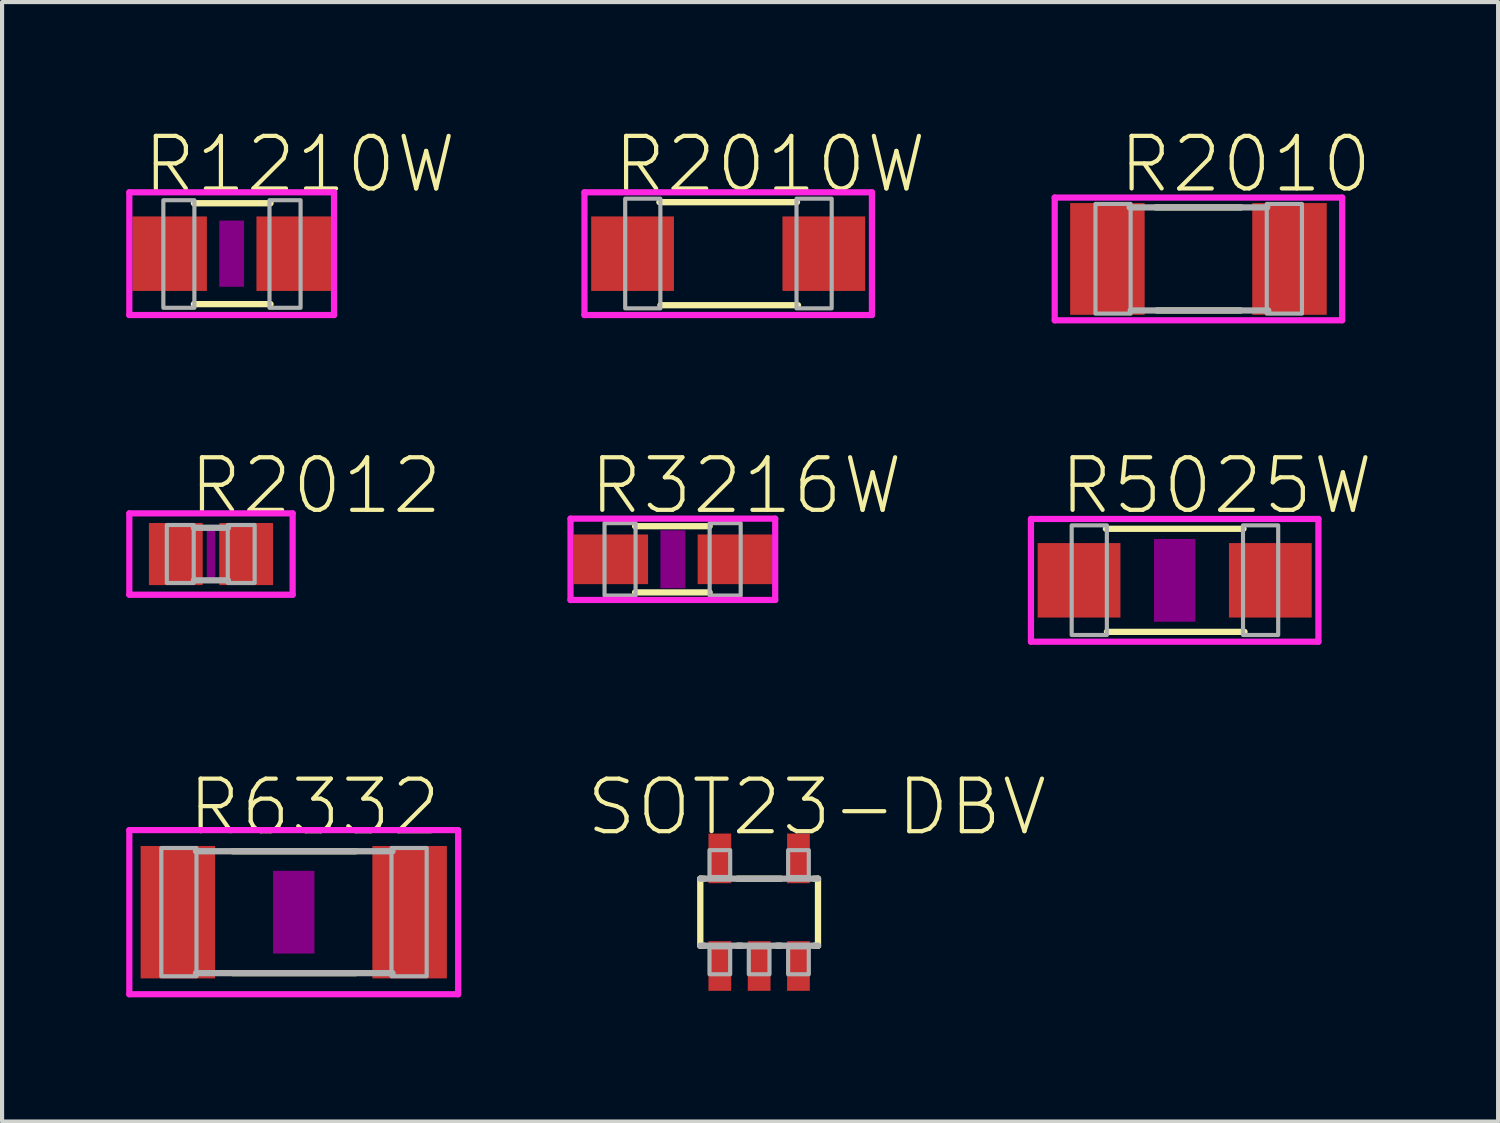
<source format=kicad_pcb>
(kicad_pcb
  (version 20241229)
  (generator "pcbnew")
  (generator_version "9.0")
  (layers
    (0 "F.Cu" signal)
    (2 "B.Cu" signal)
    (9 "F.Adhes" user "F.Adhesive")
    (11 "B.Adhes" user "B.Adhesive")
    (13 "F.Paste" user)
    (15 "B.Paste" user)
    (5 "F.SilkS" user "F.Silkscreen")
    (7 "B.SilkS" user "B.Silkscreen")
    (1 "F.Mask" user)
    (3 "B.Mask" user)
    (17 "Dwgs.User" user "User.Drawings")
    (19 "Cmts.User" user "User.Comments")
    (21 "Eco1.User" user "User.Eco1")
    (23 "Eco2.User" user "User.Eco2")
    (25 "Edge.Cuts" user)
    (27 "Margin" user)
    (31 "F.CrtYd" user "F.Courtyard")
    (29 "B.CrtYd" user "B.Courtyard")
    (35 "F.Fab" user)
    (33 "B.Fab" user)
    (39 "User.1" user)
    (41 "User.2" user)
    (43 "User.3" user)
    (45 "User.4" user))
  (footprint "R2010W"
    (layer "F.Cu")
    (at 14.546 3.08)
    (property "Reference" "R2010W" (at 1.01 -2.159 0) (layer "F.SilkS") (effects (font (size 1.27 1.27) (thickness 0.102))))
    (attr through_hole)
    (fp_line (start -1.662 -1.245) (end 1.662 -1.245) (stroke (width 0.152) (type solid)) (layer "F.SilkS"))
    (fp_line (start -1.637 1.245) (end 1.687 1.245) (stroke (width 0.152) (type solid)) (layer "F.SilkS"))
    (fp_line (start -3.473 -1.483) (end 3.473 -1.483) (stroke (width 0.15) (type solid)) (layer "F.CrtYd"))
    (fp_line (start -3.473 1.483) (end -3.473 -1.483) (stroke (width 0.15) (type solid)) (layer "F.CrtYd"))
    (fp_line (start 3.473 -1.483) (end 3.473 1.483) (stroke (width 0.15) (type solid)) (layer "F.CrtYd"))
    (fp_line (start 3.473 1.483) (end -3.473 1.483) (stroke (width 0.15) (type solid)) (layer "F.CrtYd"))
    (fp_poly (pts (xy -2.489 -1.329) (xy -1.639 -1.329) (xy -1.639 1.321) (xy -2.489 1.321)) (stroke (width 0.1) (type solid)) (fill no) (layer "F.Fab"))
    (fp_poly (pts (xy 1.651 -1.329) (xy 2.501 -1.329) (xy 2.501 1.321) (xy 1.651 1.321)) (stroke (width 0.1) (type solid)) (fill no) (layer "F.Fab"))
    (pad "1" smd rect (at -2.311 0) (size 2 1.8) (layers "F.Cu" "F.Mask" "F.Paste"))
    (pad "2" smd rect (at 2.311 0) (size 2 1.8) (layers "F.Cu" "F.Mask" "F.Paste")))
  (footprint "SOT23-DBV"
    (layer "F.Cu")
    (at 15.294 18.992)
    (property "Reference" "SOT23-DBV" (at 1.391 -2.54 0) (layer "F.SilkS") (effects (font (size 1.27 1.27) (thickness 0.102))))
    (attr through_hole)
    (fp_line (start -1.422 -0.81) (end -1.328 -0.81) (stroke (width 0.152) (type solid)) (layer "F.SilkS"))
    (fp_line (start -1.422 0.81) (end -1.422 -0.81) (stroke (width 0.152) (type solid)) (layer "F.SilkS"))
    (fp_line (start -1.328 0.81) (end -1.422 0.81) (stroke (width 0.152) (type solid)) (layer "F.SilkS"))
    (fp_line (start -0.522 -0.81) (end 0.522 -0.81) (stroke (width 0.152) (type solid)) (layer "F.SilkS"))
    (fp_line (start -0.428 0.81) (end -0.522 0.81) (stroke (width 0.152) (type solid)) (layer "F.SilkS"))
    (fp_line (start 0.522 0.81) (end 0.428 0.81) (stroke (width 0.152) (type solid)) (layer "F.SilkS"))
    (fp_line (start 1.328 -0.81) (end 1.422 -0.81) (stroke (width 0.152) (type solid)) (layer "F.SilkS"))
    (fp_line (start 1.422 -0.81) (end 1.422 0.81) (stroke (width 0.152) (type solid)) (layer "F.SilkS"))
    (fp_line (start 1.422 0.81) (end 1.328 0.81) (stroke (width 0.152) (type solid)) (layer "F.SilkS"))
    (fp_line (start -1.422 -0.81) (end 1.422 -0.81) (stroke (width 0.152) (type solid)) (layer "F.Fab"))
    (fp_line (start 1.422 0.81) (end -1.422 0.81) (stroke (width 0.152) (type solid)) (layer "F.Fab"))
    (fp_poly (pts (xy -1.2 -1.5) (xy -0.7 -1.5) (xy -0.7 -0.85) (xy -1.2 -0.85)) (stroke (width 0.1) (type solid)) (fill no) (layer "F.Fab"))
    (fp_poly (pts (xy -1.2 0.85) (xy -0.7 0.85) (xy -0.7 1.5) (xy -1.2 1.5)) (stroke (width 0.1) (type solid)) (fill no) (layer "F.Fab"))
    (fp_poly (pts (xy -0.25 0.85) (xy 0.25 0.85) (xy 0.25 1.5) (xy -0.25 1.5)) (stroke (width 0.1) (type solid)) (fill no) (layer "F.Fab"))
    (fp_poly (pts (xy 0.7 -1.5) (xy 1.2 -1.5) (xy 1.2 -0.85) (xy 0.7 -0.85)) (stroke (width 0.1) (type solid)) (fill no) (layer "F.Fab"))
    (fp_poly (pts (xy 0.7 0.85) (xy 1.2 0.85) (xy 1.2 1.5) (xy 0.7 1.5)) (stroke (width 0.1) (type solid)) (fill no) (layer "F.Fab"))
    (pad "1" smd rect (at -0.95 1.3) (size 0.55 1.2) (layers "F.Cu" "F.Mask" "F.Paste"))
    (pad "2" smd rect (at 0 1.3) (size 0.55 1.2) (layers "F.Cu" "F.Mask" "F.Paste"))
    (pad "3" smd rect (at 0.95 1.3) (size 0.55 1.2) (layers "F.Cu" "F.Mask" "F.Paste"))
    (pad "4" smd rect (at 0.95 -1.3) (size 0.55 1.2) (layers "F.Cu" "F.Mask" "F.Paste"))
    (pad "5" smd rect (at -0.95 -1.3) (size 0.55 1.2) (layers "F.Cu" "F.Mask" "F.Paste")))
  (footprint "R6332"
    (layer "F.Cu")
    (at 4.048 18.992)
    (property "Reference" "R6332" (at 0.502 -2.54 0) (layer "F.SilkS") (effects (font (size 1.27 1.27) (thickness 0.102))))
    (attr through_hole)
    (fp_line (start -1.473 -1.473) (end 1.498 -1.473) (stroke (width 0.152) (type solid)) (layer "F.SilkS"))
    (fp_line (start -1.473 1.473) (end 1.498 1.473) (stroke (width 0.152) (type solid)) (layer "F.SilkS"))
    (fp_poly (pts (xy -0.5 -1) (xy 0.5 -1) (xy 0.5 1) (xy -0.5 1)) (stroke (width 0) (type solid)) (fill yes) (layer "F.Adhes"))
    (fp_line (start -3.973 -1.983) (end 3.973 -1.983) (stroke (width 0.15) (type solid)) (layer "F.CrtYd"))
    (fp_line (start -3.973 1.983) (end -3.973 -1.983) (stroke (width 0.15) (type solid)) (layer "F.CrtYd"))
    (fp_line (start 3.973 -1.983) (end 3.973 1.983) (stroke (width 0.15) (type solid)) (layer "F.CrtYd"))
    (fp_line (start 3.973 1.983) (end -3.973 1.983) (stroke (width 0.15) (type solid)) (layer "F.CrtYd"))
    (fp_line (start -2.362 -1.473) (end 2.387 -1.473) (stroke (width 0.152) (type solid)) (layer "F.Fab"))
    (fp_line (start -2.362 1.473) (end 2.387 1.473) (stroke (width 0.152) (type solid)) (layer "F.Fab"))
    (fp_poly (pts (xy -3.2 -1.551) (xy -2.35 -1.551) (xy -2.35 1.549) (xy -3.2 1.549)) (stroke (width 0.1) (type solid)) (fill no) (layer "F.Fab"))
    (fp_poly (pts (xy 2.362 -1.551) (xy 3.212 -1.551) (xy 3.212 1.549) (xy 2.362 1.549)) (stroke (width 0.1) (type solid)) (fill no) (layer "F.Fab"))
    (pad "1" smd rect (at -2.8 0) (size 1.8 3.2) (layers "F.Cu" "F.Mask" "F.Paste"))
    (pad "2" smd rect (at 2.8 0) (size 1.8 3.2) (layers "F.Cu" "F.Mask" "F.Paste")))
  (footprint "R3216W"
    (layer "F.Cu")
    (at 13.209 10.465)
    (property "Reference" "R3216W" (at 1.772 -1.778 0) (layer "F.SilkS") (effects (font (size 1.27 1.27) (thickness 0.102))))
    (attr through_hole)
    (fp_line (start -0.913 -0.8) (end 0.888 -0.8) (stroke (width 0.152) (type solid)) (layer "F.SilkS"))
    (fp_line (start -0.913 0.8) (end 0.888 0.8) (stroke (width 0.152) (type solid)) (layer "F.SilkS"))
    (fp_poly (pts (xy -0.3 -0.7) (xy 0.3 -0.7) (xy 0.3 0.7) (xy -0.3 0.7)) (stroke (width 0) (type solid)) (fill yes) (layer "F.Adhes"))
    (fp_line (start -2.473 -0.983) (end 2.473 -0.983) (stroke (width 0.15) (type solid)) (layer "F.CrtYd"))
    (fp_line (start -2.473 0.983) (end -2.473 -0.983) (stroke (width 0.15) (type solid)) (layer "F.CrtYd"))
    (fp_line (start 2.473 -0.983) (end 2.473 0.983) (stroke (width 0.15) (type solid)) (layer "F.CrtYd"))
    (fp_line (start 2.473 0.983) (end -2.473 0.983) (stroke (width 0.15) (type solid)) (layer "F.CrtYd"))
    (fp_poly (pts (xy -1.651 -0.874) (xy -0.901 -0.874) (xy -0.901 0.876) (xy -1.651 0.876)) (stroke (width 0.1) (type solid)) (fill no) (layer "F.Fab"))
    (fp_poly (pts (xy 0.889 -0.874) (xy 1.639 -0.874) (xy 1.639 0.876) (xy 0.889 0.876)) (stroke (width 0.1) (type solid)) (fill no) (layer "F.Fab"))
    (pad "1" smd rect (at -1.499 0) (size 1.8 1.2) (layers "F.Cu" "F.Mask" "F.Paste"))
    (pad "2" smd rect (at 1.499 0) (size 1.8 1.2) (layers "F.Cu" "F.Mask" "F.Paste")))
  (footprint "R2010"
    (layer "F.Cu")
    (at 25.909 3.207)
    (property "Reference" "R2010" (at 1.137 -2.286 0) (layer "F.SilkS") (effects (font (size 1.27 1.27) (thickness 0.102))))
    (attr through_hole)
    (fp_line (start -1.027 -1.245) (end 1.027 -1.245) (stroke (width 0.152) (type solid)) (layer "F.SilkS"))
    (fp_line (start -1.002 1.245) (end 1.016 1.245) (stroke (width 0.152) (type solid)) (layer "F.SilkS"))
    (fp_line (start -3.473 -1.483) (end 3.473 -1.483) (stroke (width 0.15) (type solid)) (layer "F.CrtYd"))
    (fp_line (start -3.473 1.483) (end -3.473 -1.483) (stroke (width 0.15) (type solid)) (layer "F.CrtYd"))
    (fp_line (start 3.473 -1.483) (end 3.473 1.483) (stroke (width 0.15) (type solid)) (layer "F.CrtYd"))
    (fp_line (start 3.473 1.483) (end -3.473 1.483) (stroke (width 0.15) (type solid)) (layer "F.CrtYd"))
    (fp_line (start -1.662 -1.245) (end 1.662 -1.245) (stroke (width 0.152) (type solid)) (layer "F.Fab"))
    (fp_line (start -1.637 1.245) (end 1.687 1.245) (stroke (width 0.152) (type solid)) (layer "F.Fab"))
    (fp_poly (pts (xy -2.489 -1.329) (xy -1.639 -1.329) (xy -1.639 1.321) (xy -2.489 1.321)) (stroke (width 0.1) (type solid)) (fill no) (layer "F.Fab"))
    (fp_poly (pts (xy 1.651 -1.329) (xy 2.501 -1.329) (xy 2.501 1.321) (xy 1.651 1.321)) (stroke (width 0.1) (type solid)) (fill no) (layer "F.Fab"))
    (pad "1" smd rect (at -2.2 0) (size 1.8 2.7) (layers "F.Cu" "F.Mask" "F.Paste"))
    (pad "2" smd rect (at 2.2 0) (size 1.8 2.7) (layers "F.Cu" "F.Mask" "F.Paste")))
  (footprint "R1210W"
    (layer "F.Cu")
    (at 2.548 3.08)
    (property "Reference" "R1210W" (at 1.645 -2.159 0) (layer "F.SilkS") (effects (font (size 1.27 1.27) (thickness 0.102))))
    (attr through_hole)
    (fp_line (start -0.913 -1.219) (end 0.939 -1.219) (stroke (width 0.152) (type solid)) (layer "F.SilkS"))
    (fp_line (start -0.913 1.219) (end 0.939 1.219) (stroke (width 0.152) (type solid)) (layer "F.SilkS"))
    (fp_poly (pts (xy -0.3 -0.8) (xy 0.3 -0.8) (xy 0.3 0.8) (xy -0.3 0.8)) (stroke (width 0) (type solid)) (fill yes) (layer "F.Adhes"))
    (fp_line (start -2.473 -1.483) (end 2.473 -1.483) (stroke (width 0.15) (type solid)) (layer "F.CrtYd"))
    (fp_line (start -2.473 1.483) (end -2.473 -1.483) (stroke (width 0.15) (type solid)) (layer "F.CrtYd"))
    (fp_line (start 2.473 -1.483) (end 2.473 1.483) (stroke (width 0.15) (type solid)) (layer "F.CrtYd"))
    (fp_line (start 2.473 1.483) (end -2.473 1.483) (stroke (width 0.15) (type solid)) (layer "F.CrtYd"))
    (fp_poly (pts (xy -1.651 -1.292) (xy -0.901 -1.292) (xy -0.901 1.308) (xy -1.651 1.308)) (stroke (width 0.1) (type solid)) (fill no) (layer "F.Fab"))
    (fp_poly (pts (xy 0.914 -1.292) (xy 1.665 -1.292) (xy 1.665 1.308) (xy 0.914 1.308)) (stroke (width 0.1) (type solid)) (fill no) (layer "F.Fab"))
    (pad "1" smd rect (at -1.499 0) (size 1.8 1.8) (layers "F.Cu" "F.Mask" "F.Paste"))
    (pad "2" smd rect (at 1.499 0) (size 1.8 1.8) (layers "F.Cu" "F.Mask" "F.Paste")))
  (footprint "R5025W"
    (layer "F.Cu")
    (at 25.335 10.973)
    (property "Reference" "R5025W" (at 1.01 -2.286 0) (layer "F.SilkS") (effects (font (size 1.27 1.27) (thickness 0.102))))
    (attr through_hole)
    (fp_line (start -1.662 -1.245) (end 1.662 -1.245) (stroke (width 0.152) (type solid)) (layer "F.SilkS"))
    (fp_line (start -1.637 1.245) (end 1.687 1.245) (stroke (width 0.152) (type solid)) (layer "F.SilkS"))
    (fp_poly (pts (xy -0.5 -1) (xy 0.5 -1) (xy 0.5 1) (xy -0.5 1)) (stroke (width 0) (type solid)) (fill yes) (layer "F.Adhes"))
    (fp_line (start -3.473 -1.483) (end 3.473 -1.483) (stroke (width 0.15) (type solid)) (layer "F.CrtYd"))
    (fp_line (start -3.473 1.483) (end -3.473 -1.483) (stroke (width 0.15) (type solid)) (layer "F.CrtYd"))
    (fp_line (start 3.473 -1.483) (end 3.473 1.483) (stroke (width 0.15) (type solid)) (layer "F.CrtYd"))
    (fp_line (start 3.473 1.483) (end -3.473 1.483) (stroke (width 0.15) (type solid)) (layer "F.CrtYd"))
    (fp_poly (pts (xy -2.489 -1.329) (xy -1.639 -1.329) (xy -1.639 1.321) (xy -2.489 1.321)) (stroke (width 0.1) (type solid)) (fill no) (layer "F.Fab"))
    (fp_poly (pts (xy 1.651 -1.329) (xy 2.501 -1.329) (xy 2.501 1.321) (xy 1.651 1.321)) (stroke (width 0.1) (type solid)) (fill no) (layer "F.Fab"))
    (pad "1" smd rect (at -2.311 0) (size 2 1.8) (layers "F.Cu" "F.Mask" "F.Paste"))
    (pad "2" smd rect (at 2.311 0) (size 2 1.8) (layers "F.Cu" "F.Mask" "F.Paste")))
  (footprint "R2012"
    (layer "F.Cu")
    (at 2.048 10.338)
    (property "Reference" "R2012" (at 2.534 -1.651 0) (layer "F.SilkS") (effects (font (size 1.27 1.27) (thickness 0.102))))
    (attr through_hole)
    (fp_poly (pts (xy -0.1 -0.6) (xy 0.1 -0.6) (xy 0.1 0.6) (xy -0.1 0.6)) (stroke (width 0) (type solid)) (fill yes) (layer "F.Adhes"))
    (fp_line (start -1.973 -0.983) (end 1.973 -0.983) (stroke (width 0.15) (type solid)) (layer "F.CrtYd"))
    (fp_line (start -1.973 0.983) (end -1.973 -0.983) (stroke (width 0.15) (type solid)) (layer "F.CrtYd"))
    (fp_line (start 1.973 -0.983) (end 1.973 0.983) (stroke (width 0.15) (type solid)) (layer "F.CrtYd"))
    (fp_line (start 1.973 0.983) (end -1.973 0.983) (stroke (width 0.15) (type solid)) (layer "F.CrtYd"))
    (fp_line (start -0.41 -0.635) (end 0.41 -0.635) (stroke (width 0.152) (type solid)) (layer "F.Fab"))
    (fp_line (start -0.41 0.635) (end 0.41 0.635) (stroke (width 0.152) (type solid)) (layer "F.Fab"))
    (fp_poly (pts (xy -1.067 -0.702) (xy -0.417 -0.702) (xy -0.417 0.699) (xy -1.067 0.699)) (stroke (width 0.1) (type solid)) (fill no) (layer "F.Fab"))
    (fp_poly (pts (xy 0.406 -0.702) (xy 1.056 -0.702) (xy 1.056 0.699) (xy 0.406 0.699)) (stroke (width 0.1) (type solid)) (fill no) (layer "F.Fab"))
    (pad "1" smd rect (at -0.85 0) (size 1.3 1.5) (layers "F.Cu" "F.Mask" "F.Paste"))
    (pad "2" smd rect (at 0.85 0) (size 1.3 1.5) (layers "F.Cu" "F.Mask" "F.Paste")))
  (gr_rect
    (start -3 -3)
    (end 33.15 24.05)
    (stroke (width 0.1) (type default))
    (fill no)
    (layer "Edge.Cuts")))
</source>
